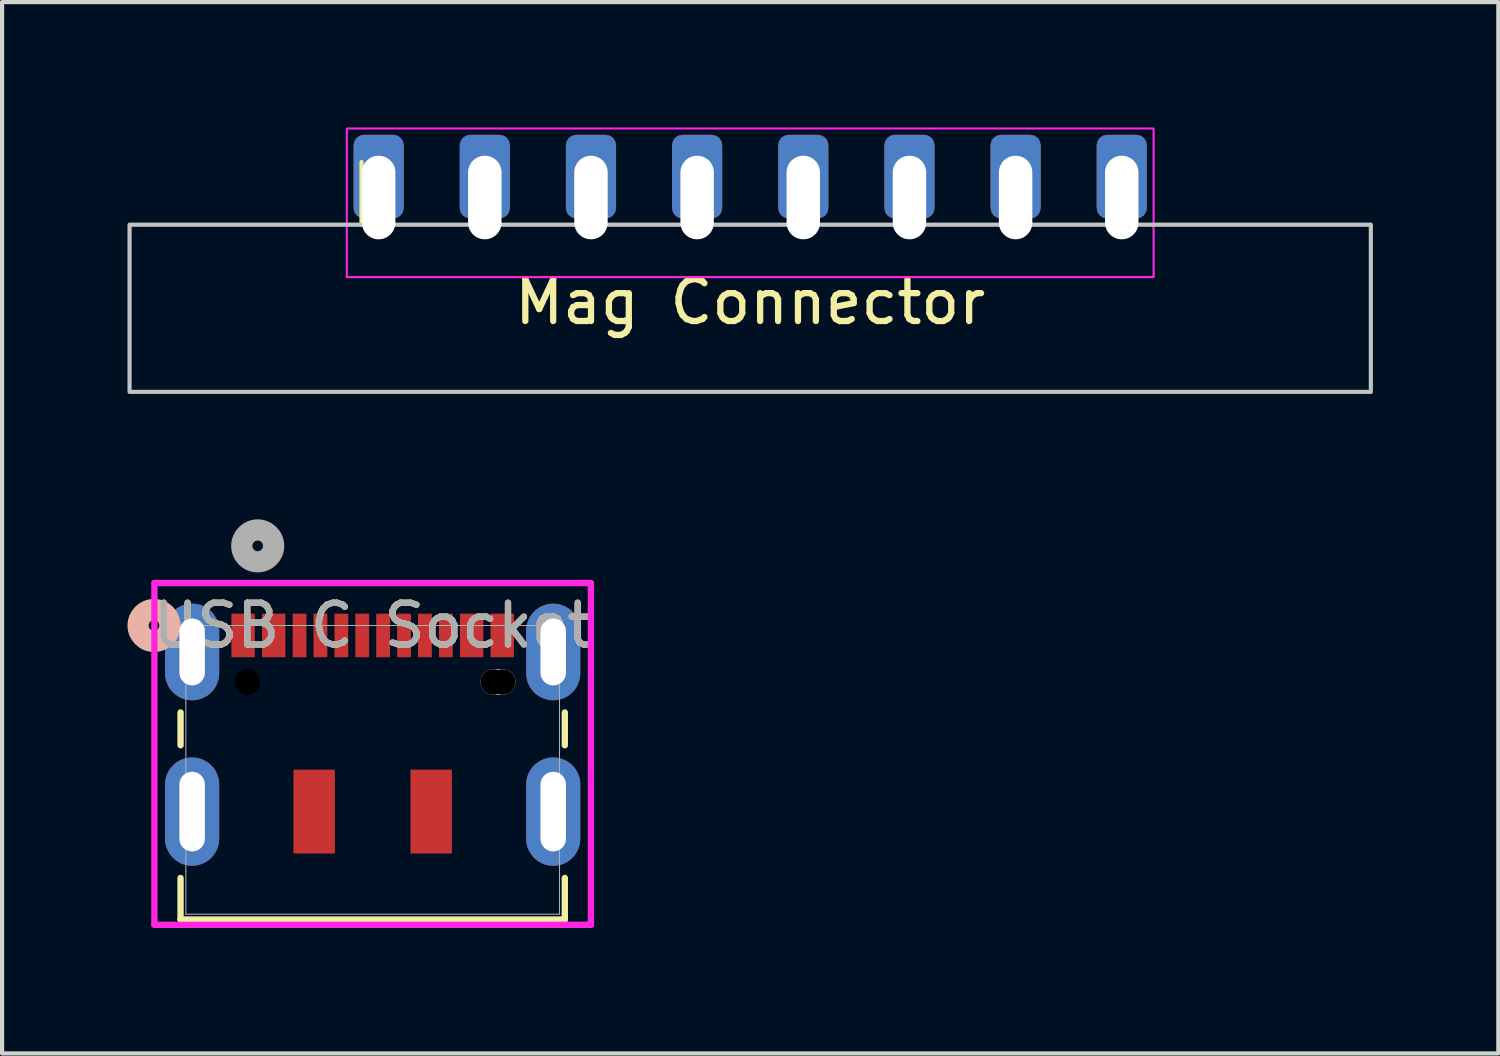
<source format=kicad_pcb>
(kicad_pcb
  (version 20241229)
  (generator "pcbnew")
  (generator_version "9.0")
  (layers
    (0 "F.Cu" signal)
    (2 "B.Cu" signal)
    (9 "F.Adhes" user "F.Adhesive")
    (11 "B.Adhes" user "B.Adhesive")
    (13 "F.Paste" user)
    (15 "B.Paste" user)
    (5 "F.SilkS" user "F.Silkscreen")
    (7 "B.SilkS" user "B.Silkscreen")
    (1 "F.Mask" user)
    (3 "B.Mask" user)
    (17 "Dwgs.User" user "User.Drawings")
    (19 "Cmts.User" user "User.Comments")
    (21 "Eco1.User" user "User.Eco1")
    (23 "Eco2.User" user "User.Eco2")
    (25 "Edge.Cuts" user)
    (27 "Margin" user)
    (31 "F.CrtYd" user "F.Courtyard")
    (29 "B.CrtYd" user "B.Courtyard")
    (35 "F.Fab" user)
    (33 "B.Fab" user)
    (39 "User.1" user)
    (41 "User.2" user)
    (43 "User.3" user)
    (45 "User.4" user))
  (footprint "Mag Connector"
    (layer "F.Cu")
    (at 14.9 1.676)
    (property "Reference" "Mag Connector" (at 0 2.5 0) (layer "F.SilkS") (effects (font (size 1 1) (thickness 0.15))))
    (attr through_hole)
    (fp_line (start -9.3 -0.85) (end -9.3 0.65) (stroke (width 0.1) (type default)) (layer "F.SilkS"))
    (fp_rect (start -14.85 0.65) (end 14.85 4.65) (stroke (width 0.1) (type default)) (fill no) (layer "Dwgs.User"))
    (fp_line (start -14.85 0.65) (end -14.85 1.65) (stroke (width 0.05) (type default)) (layer "Edge.Cuts"))
    (fp_line (start -14.35 0.65) (end -14.85 0.65) (stroke (width 0.05) (type default)) (layer "Edge.Cuts"))
    (fp_line (start 0 0.65) (end -14.35 0.65) (stroke (width 0.05) (type default)) (layer "Edge.Cuts"))
    (fp_line (start 0 0.65) (end 14.35 0.65) (stroke (width 0.05) (type default)) (layer "Edge.Cuts"))
    (fp_line (start 14.35 0.65) (end 14.85 0.65) (stroke (width 0.05) (type default)) (layer "Edge.Cuts"))
    (fp_line (start 14.85 0.65) (end 14.85 1.65) (stroke (width 0.05) (type default)) (layer "Edge.Cuts"))
    (fp_rect (start -9.652 -1.651) (end 9.652 1.905) (stroke (width 0.05) (type default)) (fill no) (layer "F.CrtYd"))
    (pad "1" thru_hole roundrect (at -8.89 0) (size 1.2 2) (drill oval 0.8 2.5 (offset 0 -0.5)) (layers "*.Cu" "*.Mask") (roundrect_rratio 0.208))
    (pad "2" thru_hole roundrect (at -6.35 0) (size 1.2 2) (drill oval 0.8 2.5 (offset 0 -0.5)) (layers "*.Cu" "*.Mask") (roundrect_rratio 0.208))
    (pad "3" thru_hole roundrect (at -3.81 0) (size 1.2 2) (drill oval 0.8 2.5 (offset 0 -0.5)) (layers "*.Cu" "*.Mask") (roundrect_rratio 0.208))
    (pad "4" thru_hole roundrect (at -1.27 0) (size 1.2 2) (drill oval 0.8 2.5 (offset 0 -0.5)) (layers "*.Cu" "*.Mask") (roundrect_rratio 0.208))
    (pad "5" thru_hole roundrect (at 1.27 0) (size 1.2 2) (drill oval 0.8 2.5 (offset 0 -0.5)) (layers "*.Cu" "*.Mask") (roundrect_rratio 0.208))
    (pad "6" thru_hole roundrect (at 3.81 0) (size 1.2 2) (drill oval 0.8 2.5 (offset 0 -0.5)) (layers "*.Cu" "*.Mask") (roundrect_rratio 0.208))
    (pad "7" thru_hole roundrect (at 6.35 0) (size 1.2 2) (drill oval 0.8 2.5 (offset 0 -0.5)) (layers "*.Cu" "*.Mask") (roundrect_rratio 0.208))
    (pad "8" thru_hole roundrect (at 8.89 0) (size 1.2 2) (drill oval 0.8 2.5 (offset 0 -0.5)) (layers "*.Cu" "*.Mask") (roundrect_rratio 0.208)))
  (footprint "USB C Socket"
    (layer "F.Cu")
    (at 5.867 15.37)
    (property "Reference" "USB C Socket" (at 0 -3.454 0) (unlocked yes) (layer "F.SilkS") (effects (font (size 1 1) (thickness 0.15))))
    (attr smd)
    (fp_line (start -4.597 -0.589) (end -4.597 -1.372) (stroke (width 0.152) (type solid)) (layer "F.SilkS"))
    (fp_line (start -4.597 3.581) (end -4.597 2.587) (stroke (width 0.152) (type solid)) (layer "F.SilkS"))
    (fp_line (start 4.597 -1.372) (end 4.597 -0.589) (stroke (width 0.152) (type solid)) (layer "F.SilkS"))
    (fp_line (start 4.597 2.587) (end 4.597 3.581) (stroke (width 0.152) (type solid)) (layer "F.SilkS"))
    (fp_line (start 4.597 3.581) (end -4.597 3.581) (stroke (width 0.152) (type solid)) (layer "F.SilkS"))
    (fp_circle (center -5.232 -3.454) (end -4.851 -3.454) (stroke (width 0.508) (type solid)) (fill no) (layer "B.SilkS"))
    (fp_line (start 2.886 -2.101) (end 3.114 -2.101) (stroke (width 0.61) (type solid)) (layer "Edge.Cuts"))
    (fp_line (start -5.222 -4.469) (end -5.222 3.708) (stroke (width 0.152) (type solid)) (layer "F.CrtYd"))
    (fp_line (start -5.222 3.708) (end 5.222 3.708) (stroke (width 0.152) (type solid)) (layer "F.CrtYd"))
    (fp_line (start 5.222 -4.469) (end -5.222 -4.469) (stroke (width 0.152) (type solid)) (layer "F.CrtYd"))
    (fp_line (start 5.222 3.708) (end 5.222 -4.469) (stroke (width 0.152) (type solid)) (layer "F.CrtYd"))
    (fp_line (start -4.47 -3.454) (end -4.47 3.454) (stroke (width 0.025) (type solid)) (layer "F.Fab"))
    (fp_line (start -4.47 3.454) (end 4.47 3.454) (stroke (width 0.025) (type solid)) (layer "F.Fab"))
    (fp_line (start 4.47 -3.454) (end -4.47 -3.454) (stroke (width 0.025) (type solid)) (layer "F.Fab"))
    (fp_line (start 4.47 3.454) (end 4.47 -3.454) (stroke (width 0.025) (type solid)) (layer "F.Fab"))
    (fp_circle (center -2.751 -5.359) (end -2.37 -5.359) (stroke (width 0.508) (type solid)) (fill no) (layer "F.Fab"))
    (fp_text user "${REFERENCE}" (at 0 -3.454 0) (unlocked yes) (layer "F.Fab") (effects (font (size 1 1) (thickness 0.15))))
    (pad "" np_thru_hole oval (at -4.32 0.999) (size 1.295 2.591) (drill oval 0.61 1.905) (layers "*.Cu" "*.Mask"))
    (pad "" np_thru_hole oval (at -4.32 -2.821) (size 1.295 2.311) (drill oval 0.61 1.6) (layers "*.Cu" "*.Mask"))
    (pad "" np_thru_hole circle (at -3 -2.101) (size 0.61 0.61) (drill 0.61) (layers))
    (pad "" np_thru_hole circle (at 2.886 -2.101) (size 0.61 0.61) (drill 0.61) (layers))
    (pad "" np_thru_hole circle (at 3.114 -2.101) (size 0.61 0.61) (drill 0.61) (layers))
    (pad "" np_thru_hole oval (at 4.32 -2.821) (size 1.295 2.311) (drill oval 0.61 1.6) (layers "*.Cu" "*.Mask"))
    (pad "" np_thru_hole oval (at 4.32 0.999) (size 1.295 2.591) (drill oval 0.61 1.905) (layers "*.Cu" "*.Mask"))
    (pad "1" smd rect (at -3.1 -3.216) (size 0.559 1.041) (layers "F.Cu" "F.Mask" "F.Paste"))
    (pad "2" smd rect (at -2.368 -3.216) (size 0.559 1.041) (layers "F.Cu" "F.Mask" "F.Paste"))
    (pad "3" smd rect (at -1.75 -3.216) (size 0.33 1.041) (layers "F.Cu" "F.Mask" "F.Paste"))
    (pad "4" smd rect (at -1.25 -3.216) (size 0.33 1.041) (layers "F.Cu" "F.Mask" "F.Paste"))
    (pad "5" smd rect (at -0.75 -3.216) (size 0.33 1.041) (layers "F.Cu" "F.Mask" "F.Paste"))
    (pad "6" smd rect (at -0.25 -3.216) (size 0.33 1.041) (layers "F.Cu" "F.Mask" "F.Paste"))
    (pad "7" smd rect (at 0.25 -3.216) (size 0.33 1.041) (layers "F.Cu" "F.Mask" "F.Paste"))
    (pad "8" smd rect (at 0.75 -3.216) (size 0.33 1.041) (layers "F.Cu" "F.Mask" "F.Paste"))
    (pad "9" smd rect (at 1.25 -3.216) (size 0.33 1.041) (layers "F.Cu" "F.Mask" "F.Paste"))
    (pad "10" smd rect (at 1.75 -3.216) (size 0.33 1.041) (layers "F.Cu" "F.Mask" "F.Paste"))
    (pad "11" smd rect (at 2.368 -3.216) (size 0.559 1.041) (layers "F.Cu" "F.Mask" "F.Paste"))
    (pad "12" smd rect (at 3.1 -3.216) (size 0.559 1.041) (layers "F.Cu" "F.Mask" "F.Paste"))
    (pad "17" smd rect (at -1.4 0.999) (size 0.991 2.007) (layers "F.Cu" "F.Mask" "F.Paste"))
    (pad "18" smd rect (at 1.4 0.999) (size 0.991 2.007) (layers "F.Cu" "F.Mask" "F.Paste")))
  (gr_rect
    (start -3 -3)
    (end 32.8 22.155)
    (stroke (width 0.1) (type default))
    (fill no)
    (layer "Edge.Cuts")))
</source>
